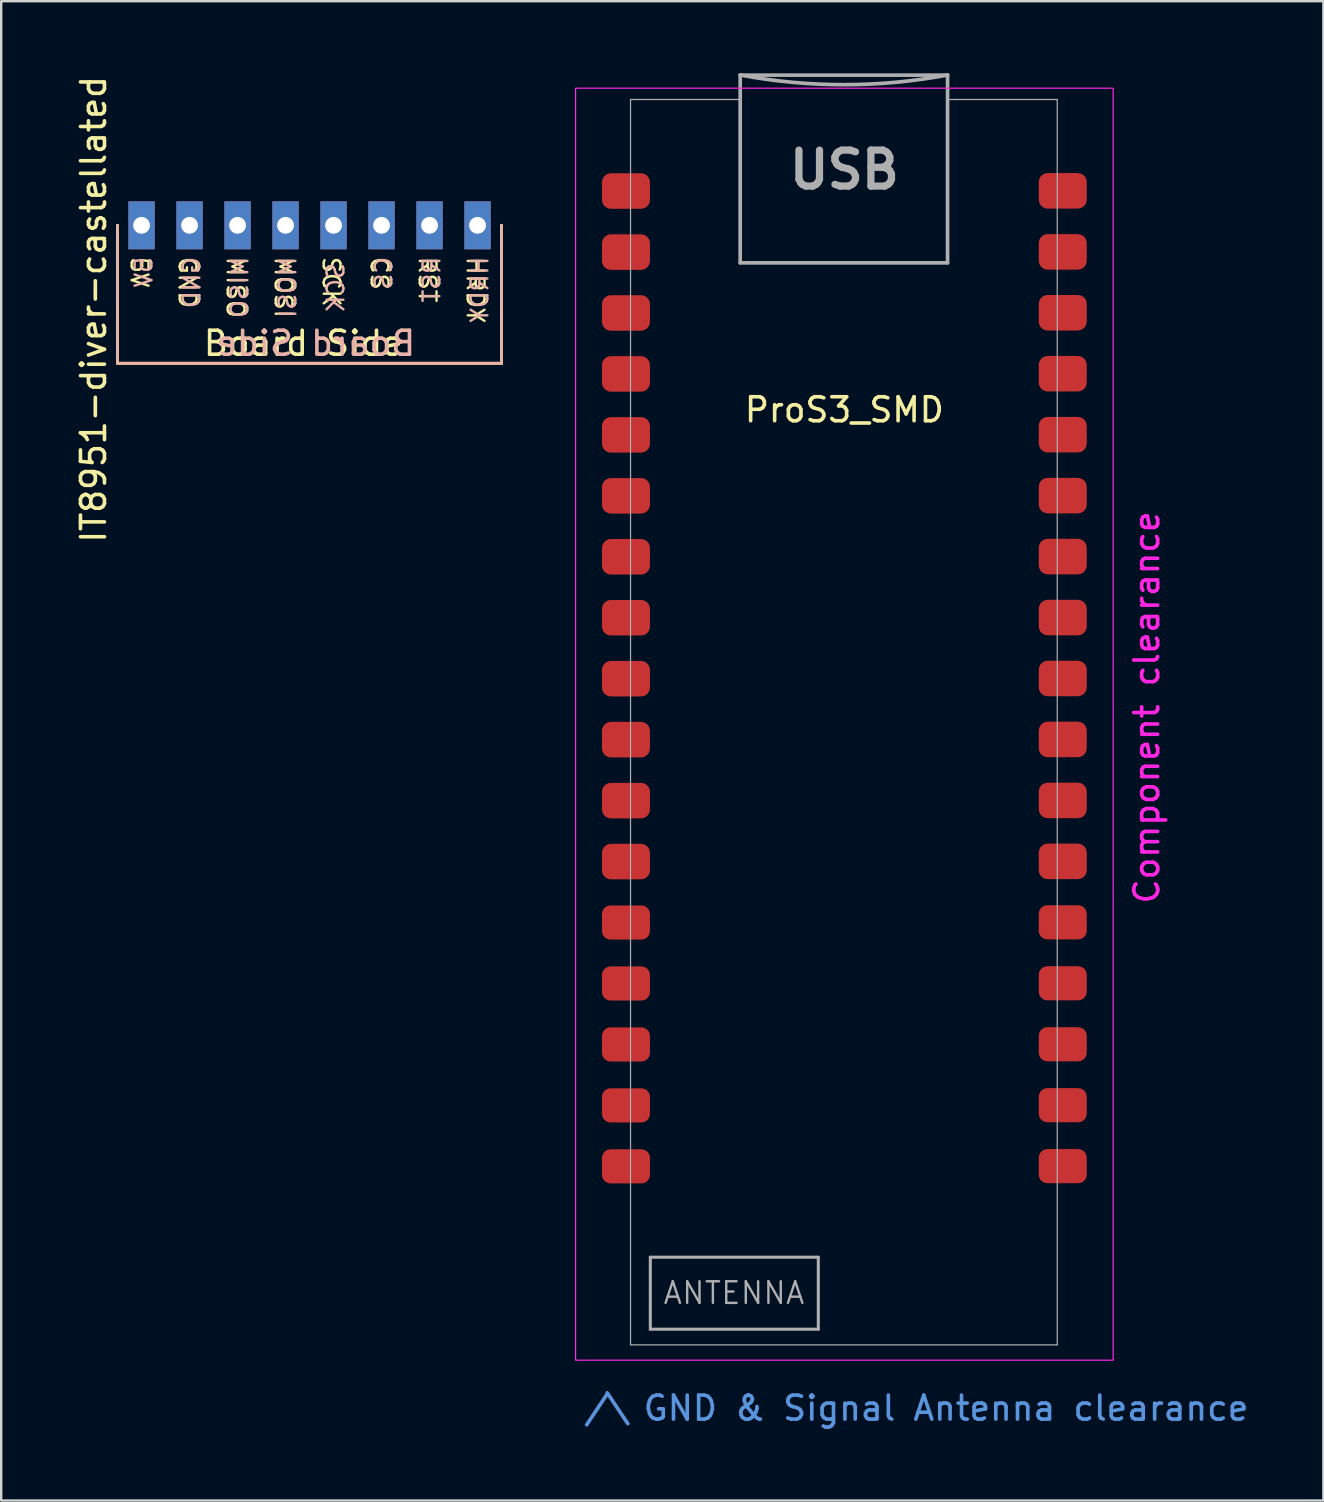
<source format=kicad_pcb>
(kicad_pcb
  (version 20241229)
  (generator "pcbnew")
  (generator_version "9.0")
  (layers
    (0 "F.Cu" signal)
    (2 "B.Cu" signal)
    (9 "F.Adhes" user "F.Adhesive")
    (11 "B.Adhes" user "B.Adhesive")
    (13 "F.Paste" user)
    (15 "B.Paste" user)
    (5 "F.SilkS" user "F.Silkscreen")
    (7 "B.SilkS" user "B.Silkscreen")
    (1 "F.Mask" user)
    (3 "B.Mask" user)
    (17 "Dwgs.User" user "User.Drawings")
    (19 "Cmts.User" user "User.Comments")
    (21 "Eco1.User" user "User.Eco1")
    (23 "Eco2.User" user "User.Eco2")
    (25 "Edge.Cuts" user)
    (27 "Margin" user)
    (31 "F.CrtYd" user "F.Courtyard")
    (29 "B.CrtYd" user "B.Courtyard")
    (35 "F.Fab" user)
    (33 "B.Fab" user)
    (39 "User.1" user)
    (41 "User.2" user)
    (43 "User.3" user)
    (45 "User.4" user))
  (footprint "IT8951-diver-castellated"
    (layer "F.Cu")
    (at 9.848 6.339)
    (property "Reference" "IT8951-diver-castellated" (at -9 3.5 90) (unlocked yes) (layer "F.SilkS") (effects (font (size 1 1) (thickness 0.15))))
    (fp_line (start -8 0) (end -8 5.75) (stroke (width 0.12) (type default)) (layer "F.SilkS"))
    (fp_line (start -8 5.75) (end 8 5.75) (stroke (width 0.12) (type default)) (layer "F.SilkS"))
    (fp_line (start 8 5.75) (end 8 0) (stroke (width 0.12) (type default)) (layer "F.SilkS"))
    (fp_line (start -8 0) (end -8 5.75) (stroke (width 0.12) (type default)) (layer "B.SilkS"))
    (fp_line (start -8 5.75) (end 8 5.75) (stroke (width 0.12) (type default)) (layer "B.SilkS"))
    (fp_line (start 8 5.75) (end 8 0) (stroke (width 0.12) (type default)) (layer "B.SilkS"))
    (fp_text user "MOSI" (at -1.5 1.25 270) (unlocked yes) (layer "F.SilkS") (effects (font (size 0.7 0.7) (thickness 0.1)) (justify left bottom)))
    (fp_text user "5V" (at -7.5 1.25 270) (unlocked yes) (layer "F.SilkS") (effects (font (size 0.7 0.7) (thickness 0.1)) (justify left bottom)))
    (fp_text user "SCK" (at 0.5 1.25 270) (unlocked yes) (layer "F.SilkS") (effects (font (size 0.7 0.7) (thickness 0.1)) (justify left bottom)))
    (fp_text user "GND" (at -5.5 1.25 270) (unlocked yes) (layer "F.SilkS") (effects (font (size 0.7 0.7) (thickness 0.1)) (justify left bottom)))
    (fp_text user "CS" (at 2.5 1.25 270) (unlocked yes) (layer "F.SilkS") (effects (font (size 0.7 0.7) (thickness 0.1)) (justify left bottom)))
    (fp_text user "HRDY" (at 6.5 1.25 270) (unlocked yes) (layer "F.SilkS") (effects (font (size 0.7 0.7) (thickness 0.1)) (justify left bottom)))
    (fp_text user "MISO" (at -3.5 1.25 270) (unlocked yes) (layer "F.SilkS") (effects (font (size 0.7 0.7) (thickness 0.1)) (justify left bottom)))
    (fp_text user "Board Side" (at -4.5 5.5 0) (unlocked yes) (layer "F.SilkS") (effects (font (size 1 1) (thickness 0.15)) (justify left bottom)))
    (fp_text user "RST" (at 4.5 1.25 270) (unlocked yes) (layer "F.SilkS") (effects (font (size 0.7 0.7) (thickness 0.1)) (justify left bottom)))
    (fp_text user "RST" (at 5.5 1.25 90) (unlocked yes) (layer "B.SilkS") (effects (font (size 0.7 0.7) (thickness 0.1)) (justify left bottom mirror)))
    (fp_text user "Board Side" (at 4.5 5.5 0) (unlocked yes) (layer "B.SilkS") (effects (font (size 1 1) (thickness 0.15)) (justify left bottom mirror)))
    (fp_text user "GND" (at -4.5 1.25 90) (unlocked yes) (layer "B.SilkS") (effects (font (size 0.7 0.7) (thickness 0.1)) (justify left bottom mirror)))
    (fp_text user "MOSI" (at -0.5 1.25 90) (unlocked yes) (layer "B.SilkS") (effects (font (size 0.7 0.7) (thickness 0.1)) (justify left bottom mirror)))
    (fp_text user "SCK" (at 1.5 1.5 90) (unlocked yes) (layer "B.SilkS") (effects (font (size 0.7 0.7) (thickness 0.1)) (justify left bottom mirror)))
    (fp_text user "5V" (at -6.5 1.25 90) (unlocked yes) (layer "B.SilkS") (effects (font (size 0.7 0.7) (thickness 0.1)) (justify left bottom mirror)))
    (fp_text user "CS" (at 3.5 1.25 90) (unlocked yes) (layer "B.SilkS") (effects (font (size 0.7 0.7) (thickness 0.1)) (justify left bottom mirror)))
    (fp_text user "MISO" (at -2.5 1.25 90) (unlocked yes) (layer "B.SilkS") (effects (font (size 0.7 0.7) (thickness 0.1)) (justify left bottom mirror)))
    (fp_text user "HRDY" (at 7.5 1.25 90) (unlocked yes) (layer "B.SilkS") (effects (font (size 0.7 0.7) (thickness 0.1)) (justify left bottom mirror)))
    (pad "1" thru_hole rect (at -7 0) (size 1.1 2) (drill 0.7) (property pad_prop_castellated) (layers "*.Cu" "*.Mask"))
    (pad "2" thru_hole rect (at -5 0) (size 1.1 2) (drill 0.7) (property pad_prop_castellated) (layers "*.Cu" "*.Mask"))
    (pad "3" thru_hole rect (at -3 0) (size 1.1 2) (drill 0.7) (property pad_prop_castellated) (layers "*.Cu" "*.Mask"))
    (pad "4" thru_hole rect (at -1 0) (size 1.1 2) (drill 0.7) (property pad_prop_castellated) (layers "*.Cu" "*.Mask"))
    (pad "5" thru_hole rect (at 1 0) (size 1.1 2) (drill 0.7) (property pad_prop_castellated) (layers "*.Cu" "*.Mask"))
    (pad "6" thru_hole rect (at 3 0) (size 1.1 2) (drill 0.7) (property pad_prop_castellated) (layers "*.Cu" "*.Mask"))
    (pad "7" thru_hole rect (at 5 0) (size 1.1 2) (drill 0.7) (property pad_prop_castellated) (layers "*.Cu" "*.Mask"))
    (pad "8" thru_hole rect (at 7 0) (size 1.1 2) (drill 0.7) (property pad_prop_castellated) (layers "*.Cu" "*.Mask")))
  (footprint "ProS3_SMD"
    (layer "F.Cu")
    (at 32.133 26.426)
    (property "Reference" "ProS3_SMD" (at 0 -12.4 0) (unlocked yes) (layer "F.SilkS") (effects (font (size 1 1) (thickness 0.15))))
    (attr smd)
    (fp_rect (start -11.2 -25.8) (end 11.2 27.2) (stroke (width 0.05) (type solid)) (fill no) (layer "F.CrtYd"))
    (fp_line (start -8.91 26.562) (end -8.91 -25.33) (stroke (width 0.05) (type solid)) (layer "F.Fab"))
    (fp_line (start -8.91 26.562) (end 8.87 26.562) (stroke (width 0.05) (type solid)) (layer "F.Fab"))
    (fp_line (start -8.086 22.91) (end -1.086 22.91) (stroke (width 0.127) (type solid)) (layer "F.Fab"))
    (fp_line (start -8.086 25.91) (end -8.086 22.91) (stroke (width 0.127) (type solid)) (layer "F.Fab"))
    (fp_line (start -4.41 -25.33) (end -8.91 -25.33) (stroke (width 0.05) (type solid)) (layer "F.Fab"))
    (fp_line (start -4.34 -18.525) (end -4.34 -26.345) (stroke (width 0.152) (type solid)) (layer "F.Fab"))
    (fp_line (start -4.34 -18.515) (end -4.34 -18.525) (stroke (width 0.01) (type solid)) (layer "F.Fab"))
    (fp_line (start -1.086 22.91) (end -1.086 25.91) (stroke (width 0.127) (type solid)) (layer "F.Fab"))
    (fp_line (start -1.086 25.91) (end -8.086 25.91) (stroke (width 0.127) (type solid)) (layer "F.Fab"))
    (fp_line (start 4.3 -26.345) (end -4.34 -26.345) (stroke (width 0.152) (type solid)) (layer "F.Fab"))
    (fp_line (start 4.3 -26.345) (end 4.3 -18.525) (stroke (width 0.152) (type solid)) (layer "F.Fab"))
    (fp_line (start 4.3 -18.525) (end -4.34 -18.525) (stroke (width 0.152) (type solid)) (layer "F.Fab"))
    (fp_line (start 4.3 -18.515) (end 4.3 -18.525) (stroke (width 0.01) (type solid)) (layer "F.Fab"))
    (fp_line (start 8.87 -25.33) (end 4.391 -25.33) (stroke (width 0.05) (type solid)) (layer "F.Fab"))
    (fp_line (start 8.87 -25.33) (end 8.87 26.562) (stroke (width 0.05) (type solid)) (layer "F.Fab"))
    (fp_arc (start 4.3 -26.35) (mid -0.02 -25.947675) (end -4.34 -26.35) (stroke (width 0.1524) (type solid)) (layer "F.Fab"))
    (fp_text user "/\\ GND & Signal Antenna clearance" (at 3 29.2 0) (unlocked yes) (layer "Cmts.User") (effects (font (size 1 1) (thickness 0.15))))
    (fp_text user "Component clearance" (at 12.6 0 90) (unlocked yes) (layer "F.CrtYd") (effects (font (size 1 1) (thickness 0.15))))
    (fp_text user "ANTENNA" (at -4.6 24.4 0) (unlocked yes) (layer "F.Fab") (effects (font (size 0.9 0.9) (thickness 0.1))))
    (fp_text user "USB" (at 0 -22.4 0) (unlocked yes) (layer "F.Fab") (effects (font (size 1.5 1.5) (thickness 0.3))))
    (pad "1" smd roundrect (at 9.6 -21.524) (size 2 1.48) (drill (offset -0.5 0)) (layers "F.Cu" "F.Mask" "F.Paste") (roundrect_rratio 0.25))
    (pad "2" smd roundrect (at 9.6 -18.98) (size 2 1.48) (drill (offset -0.5 0)) (layers "F.Cu" "F.Mask" "F.Paste") (roundrect_rratio 0.25))
    (pad "3" smd roundrect (at 9.6 -16.444) (size 2 1.48) (drill (offset -0.5 0)) (layers "F.Cu" "F.Mask" "F.Paste") (roundrect_rratio 0.25))
    (pad "4" smd roundrect (at 9.6 -13.904) (size 2 1.48) (drill (offset -0.5 0)) (layers "F.Cu" "F.Mask" "F.Paste") (roundrect_rratio 0.25))
    (pad "5" smd roundrect (at 9.6 -11.364) (size 2 1.48) (drill (offset -0.5 0)) (layers "F.Cu" "F.Mask" "F.Paste") (roundrect_rratio 0.25))
    (pad "6" smd roundrect (at 9.6 -8.824) (size 2 1.48) (drill (offset -0.5 0)) (layers "F.Cu" "F.Mask" "F.Paste") (roundrect_rratio 0.25))
    (pad "7" smd roundrect (at 9.6 -6.284) (size 2 1.48) (drill (offset -0.5 0)) (layers "F.Cu" "F.Mask" "F.Paste") (roundrect_rratio 0.25))
    (pad "8" smd roundrect (at 9.6 -3.744) (size 2 1.48) (drill (offset -0.5 0)) (layers "F.Cu" "F.Mask" "F.Paste") (roundrect_rratio 0.25))
    (pad "9" smd roundrect (at 9.6 -1.204) (size 2 1.48) (drill (offset -0.5 0)) (layers "F.Cu" "F.Mask" "F.Paste") (roundrect_rratio 0.25))
    (pad "10" smd roundrect (at 9.6 1.336) (size 2 1.48) (drill (offset -0.5 0)) (layers "F.Cu" "F.Mask" "F.Paste") (roundrect_rratio 0.25))
    (pad "11" smd roundrect (at 9.6 3.876) (size 2 1.48) (drill (offset -0.5 0)) (layers "F.Cu" "F.Mask" "F.Paste") (roundrect_rratio 0.25))
    (pad "12" smd roundrect (at 9.6 6.416) (size 2 1.48) (drill (offset -0.5 0)) (layers "F.Cu" "F.Mask" "F.Paste") (roundrect_rratio 0.25))
    (pad "13" smd roundrect (at 9.6 8.956) (size 2 1.422) (drill (offset -0.5 0)) (layers "F.Cu" "F.Mask" "F.Paste") (roundrect_rratio 0.25))
    (pad "14" smd roundrect (at 9.6 11.496) (size 2 1.422) (drill (offset -0.5 0)) (layers "F.Cu" "F.Mask" "F.Paste") (roundrect_rratio 0.25))
    (pad "15" smd roundrect (at 9.6 14.036) (size 2 1.422) (drill (offset -0.5 0)) (layers "F.Cu" "F.Mask" "F.Paste") (roundrect_rratio 0.25))
    (pad "16" smd roundrect (at 9.6 16.576) (size 2 1.422) (drill (offset -0.5 0)) (layers "F.Cu" "F.Mask" "F.Paste") (roundrect_rratio 0.25))
    (pad "17" smd roundrect (at 9.6 19.116) (size 2 1.422) (drill (offset -0.5 0)) (layers "F.Cu" "F.Mask" "F.Paste") (roundrect_rratio 0.25))
    (pad "18" smd roundrect (at -9.6 19.124) (size 2 1.422) (drill (offset 0.5 0)) (layers "F.Cu" "F.Mask" "F.Paste") (roundrect_rratio 0.25))
    (pad "19" smd roundrect (at -9.6 16.584) (size 2 1.422) (drill (offset 0.5 0)) (layers "F.Cu" "F.Mask" "F.Paste") (roundrect_rratio 0.25))
    (pad "20" smd roundrect (at -9.6 14.044) (size 2 1.422) (drill (offset 0.5 0)) (layers "F.Cu" "F.Mask" "F.Paste") (roundrect_rratio 0.25))
    (pad "21" smd roundrect (at -9.6 11.504) (size 2 1.422) (drill (offset 0.5 0)) (layers "F.Cu" "F.Mask" "F.Paste") (roundrect_rratio 0.25))
    (pad "22" smd roundrect (at -9.6 8.964) (size 2 1.422) (drill (offset 0.5 0)) (layers "F.Cu" "F.Mask" "F.Paste") (roundrect_rratio 0.25))
    (pad "23" smd roundrect (at -9.6 6.424) (size 2 1.48) (drill (offset 0.5 0)) (layers "F.Cu" "F.Mask" "F.Paste") (roundrect_rratio 0.25))
    (pad "24" smd roundrect (at -9.6 3.884) (size 2 1.48) (drill (offset 0.5 0)) (layers "F.Cu" "F.Mask" "F.Paste") (roundrect_rratio 0.25))
    (pad "25" smd roundrect (at -9.6 1.344) (size 2 1.48) (drill (offset 0.5 0)) (layers "F.Cu" "F.Mask" "F.Paste") (roundrect_rratio 0.25))
    (pad "26" smd roundrect (at -9.6 -1.196) (size 2 1.48) (drill (offset 0.5 0)) (layers "F.Cu" "F.Mask" "F.Paste") (roundrect_rratio 0.25))
    (pad "27" smd roundrect (at -9.6 -3.736) (size 2 1.48) (drill (offset 0.5 0)) (layers "F.Cu" "F.Mask" "F.Paste") (roundrect_rratio 0.25))
    (pad "28" smd roundrect (at -9.6 -6.276) (size 2 1.48) (drill (offset 0.5 0)) (layers "F.Cu" "F.Mask" "F.Paste") (roundrect_rratio 0.25))
    (pad "29" smd roundrect (at -9.6 -8.816) (size 2 1.48) (drill (offset 0.5 0)) (layers "F.Cu" "F.Mask" "F.Paste") (roundrect_rratio 0.25))
    (pad "30" smd roundrect (at -9.6 -11.356) (size 2 1.48) (drill (offset 0.5 0)) (layers "F.Cu" "F.Mask" "F.Paste") (roundrect_rratio 0.25))
    (pad "31" smd roundrect (at -9.6 -13.896) (size 2 1.48) (drill (offset 0.5 0)) (layers "F.Cu" "F.Mask" "F.Paste") (roundrect_rratio 0.25))
    (pad "32" smd roundrect (at -9.6 -16.436) (size 2 1.48) (drill (offset 0.5 0)) (layers "F.Cu" "F.Mask" "F.Paste") (roundrect_rratio 0.25))
    (pad "33" smd roundrect (at -9.6 -18.972) (size 2 1.48) (drill (offset 0.5 0)) (layers "F.Cu" "F.Mask" "F.Paste") (roundrect_rratio 0.25))
    (pad "34" smd roundrect (at -9.6 -21.516) (size 2 1.48) (drill (offset 0.5 0)) (layers "F.Cu" "F.Mask" "F.Paste") (roundrect_rratio 0.25))
    (zone (net_name "") (layers "F.Cu" "B.Cu") (name "GND Clearance") (hatch edge 0.508) (connect_pads) (min_thickness 0.254) (filled_areas_thickness no) (keepout (tracks not_allowed) (vias not_allowed) (pads not_allowed) (copperpour not_allowed) (footprints not_allowed)) (placement (enabled no)) (fill) (polygon (pts (xy 32.933 54.426) (xy 21.333 54.426) (xy 21.333 47.626) (xy 32.933 47.626)))))
  (gr_rect
    (start -3 -3)
    (end 52.092 59.474)
    (stroke (width 0.1) (type default))
    (fill no)
    (layer "Edge.Cuts")))
</source>
